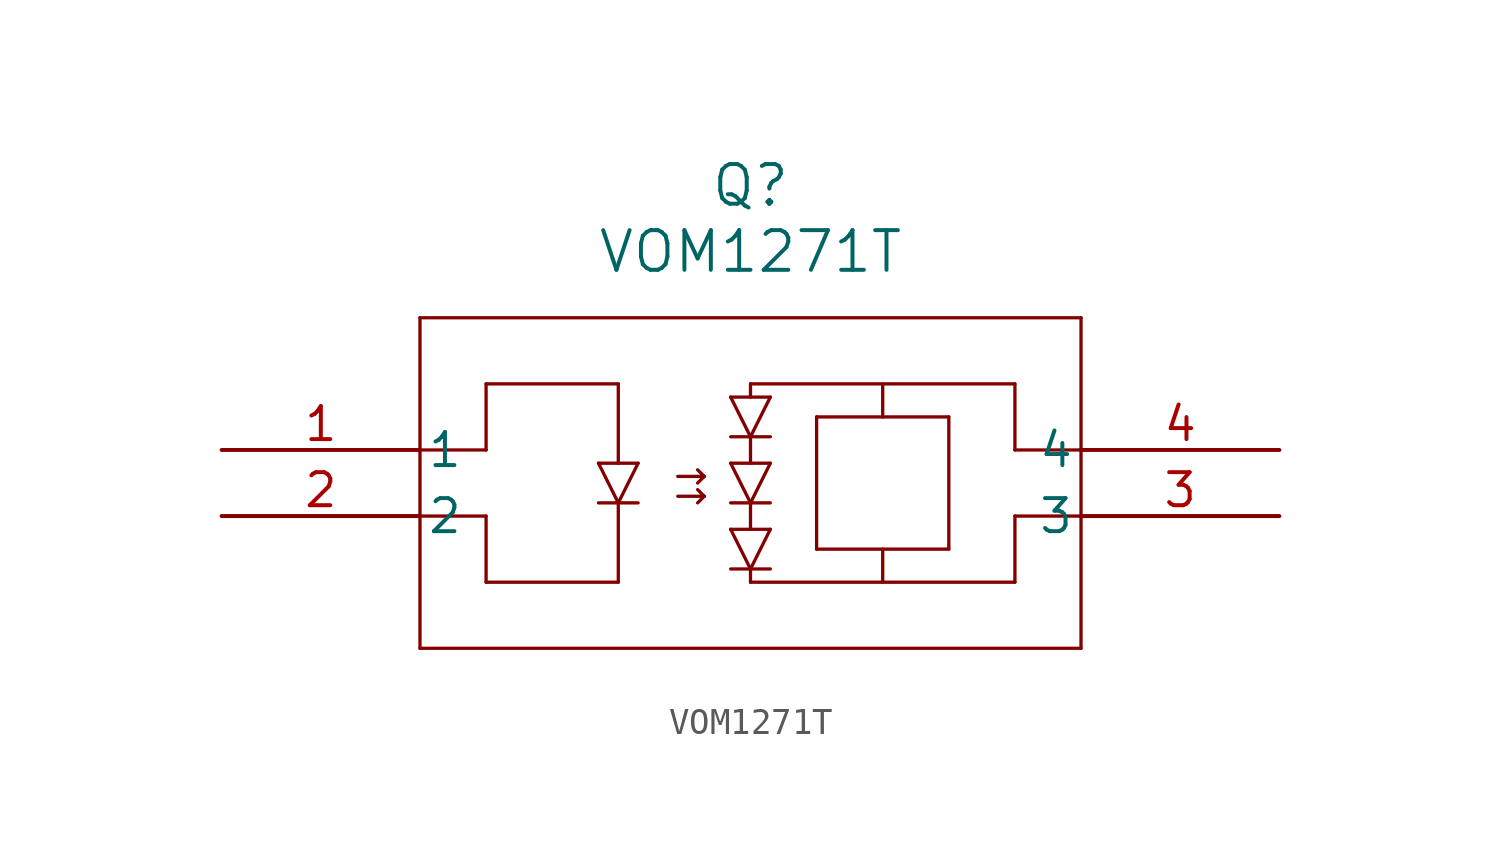
<source format=kicad_sym>
(kicad_symbol_lib
  (version 20211014)
  (generator kicad_symbol_editor)
  (symbol "VOM1271T"
    (pin_names
      (offset 0.254))
    (property "Reference" "Q"
      (at 20.32 10.16 0)
      (effects (font (size 1.524 1.524))))
    (property "Value" "VOM1271T"
      (at 20.32 7.62 0)
      (effects (font (size 1.524 1.524))))
    (symbol "VOM1271T_0_1"
      (polyline (pts (xy 7.62 5.08) (xy 7.62 -7.62)) (stroke (width 0.127) (type default) (color 0 0 0 0)) (fill (type none)))
      (polyline (pts (xy 7.62 -7.62) (xy 33.02 -7.62)) (stroke (width 0.127) (type default) (color 0 0 0 0)) (fill (type none)))
      (polyline (pts (xy 33.02 -7.62) (xy 33.02 5.08)) (stroke (width 0.127) (type default) (color 0 0 0 0)) (fill (type none)))
      (polyline (pts (xy 33.02 5.08) (xy 7.62 5.08)) (stroke (width 0.127) (type default) (color 0 0 0 0)) (fill (type none)))
      (polyline (pts (xy 7.62 0) (xy 10.16 0)) (stroke (width 0.127) (type default) (color 0 0 0 0)) (fill (type none)))
      (polyline (pts (xy 10.16 0) (xy 10.16 2.54)) (stroke (width 0.127) (type default) (color 0 0 0 0)) (fill (type none)))
      (polyline (pts (xy 10.16 2.54) (xy 15.24 2.54)) (stroke (width 0.127) (type default) (color 0 0 0 0)) (fill (type none)))
      (polyline (pts (xy 7.62 -2.54) (xy 10.16 -2.54)) (stroke (width 0.127) (type default) (color 0 0 0 0)) (fill (type none)))
      (polyline (pts (xy 10.16 -2.54) (xy 10.16 -5.08)) (stroke (width 0.127) (type default) (color 0 0 0 0)) (fill (type none)))
      (polyline (pts (xy 10.16 -5.08) (xy 15.24 -5.08)) (stroke (width 0.127) (type default) (color 0 0 0 0)) (fill (type none)))
      (polyline (pts (xy 15.24 -0.508) (xy 15.24 2.54)) (stroke (width 0.127) (type default) (color 0 0 0 0)) (fill (type none)))
      (polyline (pts (xy 15.24 -2.032) (xy 15.24 -5.08)) (stroke (width 0.127) (type default) (color 0 0 0 0)) (fill (type none)))
      (polyline (pts (xy 15.24 -2.032) (xy 16.002 -0.508)) (stroke (width 0.127) (type default) (color 0 0 0 0)) (fill (type none)))
      (polyline (pts (xy 16.002 -0.508) (xy 14.478 -0.508)) (stroke (width 0.127) (type default) (color 0 0 0 0)) (fill (type none)))
      (polyline (pts (xy 14.478 -0.508) (xy 15.24 -2.032)) (stroke (width 0.127) (type default) (color 0 0 0 0)) (fill (type none)))
      (polyline (pts (xy 14.478 -2.032) (xy 16.002 -2.032)) (stroke (width 0.127) (type default) (color 0 0 0 0)) (fill (type none)))
      (polyline (pts (xy 17.526 -1.016) (xy 18.542 -1.016)) (stroke (width 0.127) (type default) (color 0 0 0 0)) (fill (type none)))
      (polyline (pts (xy 18.542 -1.016) (xy 18.288 -1.27)) (stroke (width 0.127) (type default) (color 0 0 0 0)) (fill (type none)))
      (polyline (pts (xy 18.542 -1.016) (xy 18.288 -0.762)) (stroke (width 0.127) (type default) (color 0 0 0 0)) (fill (type none)))
      (polyline (pts (xy 17.526 -1.778) (xy 18.542 -1.778)) (stroke (width 0.127) (type default) (color 0 0 0 0)) (fill (type none)))
      (polyline (pts (xy 18.542 -1.778) (xy 18.288 -1.524)) (stroke (width 0.127) (type default) (color 0 0 0 0)) (fill (type none)))
      (polyline (pts (xy 18.542 -1.778) (xy 18.288 -2.032)) (stroke (width 0.127) (type default) (color 0 0 0 0)) (fill (type none)))
      (polyline (pts (xy 20.32 -4.572) (xy 20.32 -5.08)) (stroke (width 0.127) (type default) (color 0 0 0 0)) (fill (type none)))
      (polyline (pts (xy 20.32 -5.08) (xy 30.48 -5.08)) (stroke (width 0.127) (type default) (color 0 0 0 0)) (fill (type none)))
      (polyline (pts (xy 30.48 -5.08) (xy 30.48 -2.54)) (stroke (width 0.127) (type default) (color 0 0 0 0)) (fill (type none)))
      (polyline (pts (xy 30.48 -2.54) (xy 33.02 -2.54)) (stroke (width 0.127) (type default) (color 0 0 0 0)) (fill (type none)))
      (polyline (pts (xy 33.02 0) (xy 30.48 0)) (stroke (width 0.127) (type default) (color 0 0 0 0)) (fill (type none)))
      (polyline (pts (xy 30.48 0) (xy 30.48 2.54)) (stroke (width 0.127) (type default) (color 0 0 0 0)) (fill (type none)))
      (polyline (pts (xy 30.48 2.54) (xy 20.32 2.54)) (stroke (width 0.127) (type default) (color 0 0 0 0)) (fill (type none)))
      (polyline (pts (xy 20.32 -2.032) (xy 21.082 -0.508)) (stroke (width 0.127) (type default) (color 0 0 0 0)) (fill (type none)))
      (polyline (pts (xy 21.082 -0.508) (xy 19.558 -0.508)) (stroke (width 0.127) (type default) (color 0 0 0 0)) (fill (type none)))
      (polyline (pts (xy 19.558 -0.508) (xy 20.32 -2.032)) (stroke (width 0.127) (type default) (color 0 0 0 0)) (fill (type none)))
      (polyline (pts (xy 19.558 -2.032) (xy 21.082 -2.032)) (stroke (width 0.127) (type default) (color 0 0 0 0)) (fill (type none)))
      (polyline (pts (xy 20.32 0.508) (xy 21.082 2.032)) (stroke (width 0.127) (type default) (color 0 0 0 0)) (fill (type none)))
      (polyline (pts (xy 21.082 2.032) (xy 19.558 2.032)) (stroke (width 0.127) (type default) (color 0 0 0 0)) (fill (type none)))
      (polyline (pts (xy 19.558 2.032) (xy 20.32 0.508)) (stroke (width 0.127) (type default) (color 0 0 0 0)) (fill (type none)))
      (polyline (pts (xy 19.558 0.508) (xy 21.082 0.508)) (stroke (width 0.127) (type default) (color 0 0 0 0)) (fill (type none)))
      (polyline (pts (xy 20.32 -4.572) (xy 21.082 -3.048)) (stroke (width 0.127) (type default) (color 0 0 0 0)) (fill (type none)))
      (polyline (pts (xy 21.082 -3.048) (xy 19.558 -3.048)) (stroke (width 0.127) (type default) (color 0 0 0 0)) (fill (type none)))
      (polyline (pts (xy 19.558 -3.048) (xy 20.32 -4.572)) (stroke (width 0.127) (type default) (color 0 0 0 0)) (fill (type none)))
      (polyline (pts (xy 19.558 -4.572) (xy 21.082 -4.572)) (stroke (width 0.127) (type default) (color 0 0 0 0)) (fill (type none)))
      (polyline (pts (xy 20.32 -2.032) (xy 20.32 -3.048)) (stroke (width 0.127) (type default) (color 0 0 0 0)) (fill (type none)))
      (polyline (pts (xy 20.32 -0.508) (xy 20.32 0.508)) (stroke (width 0.127) (type default) (color 0 0 0 0)) (fill (type none)))
      (polyline (pts (xy 20.32 2.032) (xy 20.32 2.54)) (stroke (width 0.127) (type default) (color 0 0 0 0)) (fill (type none)))
      (polyline (pts (xy 25.4 2.54) (xy 25.4 1.27)) (stroke (width 0.127) (type default) (color 0 0 0 0)) (fill (type none)))
      (polyline (pts (xy 25.4 -3.81) (xy 25.4 -5.08)) (stroke (width 0.127) (type default) (color 0 0 0 0)) (fill (type none)))
      (polyline (pts (xy 22.86 -3.81) (xy 22.86 1.27)) (stroke (width 0.127) (type default) (color 0 0 0 0)) (fill (type none)))
      (polyline (pts (xy 27.94 1.27) (xy 27.94 -3.81)) (stroke (width 0.127) (type default) (color 0 0 0 0)) (fill (type none)))
      (polyline (pts (xy 27.94 -3.81) (xy 22.86 -3.81)) (stroke (width 0.127) (type default) (color 0 0 0 0)) (fill (type none)))
      (polyline (pts (xy 22.86 1.27) (xy 27.94 1.27)) (stroke (width 0.127) (type default) (color 0 0 0 0)) (fill (type none)))
      (pin unspecified line (at 0 0 0) (length 7.62) (name "1" (effects (font (size 1.27 1.27)))) (number "1" (effects (font (size 1.27 1.27)))))
      (pin unspecified line (at 0 -2.54 0) (length 7.62) (name "2" (effects (font (size 1.27 1.27)))) (number "2" (effects (font (size 1.27 1.27)))))
      (pin unspecified line (at 40.64 -2.54 180) (length 7.62) (name "3" (effects (font (size 1.27 1.27)))) (number "3" (effects (font (size 1.27 1.27)))))
      (pin unspecified line (at 40.64 0 180) (length 7.62) (name "4" (effects (font (size 1.27 1.27)))) (number "4" (effects (font (size 1.27 1.27))))))))
</source>
